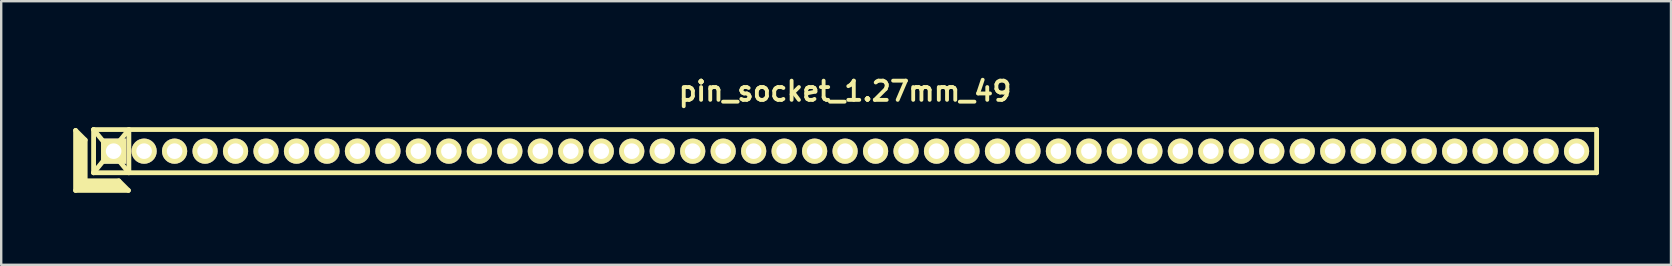
<source format=kicad_pcb>
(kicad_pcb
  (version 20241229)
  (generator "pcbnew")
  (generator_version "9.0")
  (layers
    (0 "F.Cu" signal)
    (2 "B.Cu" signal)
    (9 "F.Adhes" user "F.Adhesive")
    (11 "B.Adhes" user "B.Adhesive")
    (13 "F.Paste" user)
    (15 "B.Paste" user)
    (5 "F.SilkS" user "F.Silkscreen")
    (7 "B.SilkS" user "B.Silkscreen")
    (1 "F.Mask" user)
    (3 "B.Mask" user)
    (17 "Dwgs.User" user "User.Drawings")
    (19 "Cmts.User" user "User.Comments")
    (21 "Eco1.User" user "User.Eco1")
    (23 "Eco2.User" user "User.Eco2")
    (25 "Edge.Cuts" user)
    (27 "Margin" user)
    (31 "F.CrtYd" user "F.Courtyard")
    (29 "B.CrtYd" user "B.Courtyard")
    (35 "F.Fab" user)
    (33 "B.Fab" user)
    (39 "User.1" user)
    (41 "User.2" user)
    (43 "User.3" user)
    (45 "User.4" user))
  (footprint "pin_socket_1.27mm_49"
    (layer "F.Cu")
    (at 32.165 3.249)
    (property "Reference" "pin_socket_1.27mm_49" (at 0 -2.5 0) (layer "F.SilkS") (effects (font (size 0.8 0.8) (thickness 0.16))))
    (attr through_hole)
    (fp_line (start -32.065 -0.864) (end -32.065 1.636) (stroke (width 0.2) (type solid)) (layer "F.SilkS"))
    (fp_line (start -32.065 -0.864) (end -31.665 -0.464) (stroke (width 0.2) (type solid)) (layer "F.SilkS"))
    (fp_line (start -32.065 1.636) (end -29.865 1.636) (stroke (width 0.2) (type solid)) (layer "F.SilkS"))
    (fp_line (start -31.965 1.536) (end -31.965 -0.664) (stroke (width 0.2) (type solid)) (layer "F.SilkS"))
    (fp_line (start -31.965 1.536) (end -30.065 1.536) (stroke (width 0.2) (type solid)) (layer "F.SilkS"))
    (fp_line (start -31.865 1.436) (end -31.865 -0.564) (stroke (width 0.2) (type solid)) (layer "F.SilkS"))
    (fp_line (start -31.865 1.436) (end -30.165 1.436) (stroke (width 0.2) (type solid)) (layer "F.SilkS"))
    (fp_line (start -31.765 1.336) (end -31.765 -0.464) (stroke (width 0.2) (type solid)) (layer "F.SilkS"))
    (fp_line (start -31.765 1.336) (end -30.265 1.336) (stroke (width 0.2) (type solid)) (layer "F.SilkS"))
    (fp_line (start -31.665 1.236) (end -31.665 -0.464) (stroke (width 0.2) (type solid)) (layer "F.SilkS"))
    (fp_line (start -31.665 1.236) (end -30.265 1.236) (stroke (width 0.2) (type solid)) (layer "F.SilkS"))
    (fp_line (start -31.315 -0.9) (end -29.845 0.9) (stroke (width 0.2) (type solid)) (layer "F.SilkS"))
    (fp_line (start -31.315 -0.9) (end 31.315 -0.9) (stroke (width 0.2) (type solid)) (layer "F.SilkS"))
    (fp_line (start -31.315 0.9) (end -31.315 -0.9) (stroke (width 0.2) (type solid)) (layer "F.SilkS"))
    (fp_line (start -31.315 0.9) (end -29.845 -0.9) (stroke (width 0.2) (type solid)) (layer "F.SilkS"))
    (fp_line (start -30.265 1.236) (end -29.865 1.636) (stroke (width 0.2) (type solid)) (layer "F.SilkS"))
    (fp_line (start -29.845 -0.9) (end -29.845 0.9) (stroke (width 0.2) (type solid)) (layer "F.SilkS"))
    (fp_line (start 31.315 -0.9) (end 31.315 0.9) (stroke (width 0.2) (type solid)) (layer "F.SilkS"))
    (fp_line (start 31.315 0.9) (end -31.315 0.9) (stroke (width 0.2) (type solid)) (layer "F.SilkS"))
    (pad "1" thru_hole rect (at -30.48 0) (size 1.05 1.05) (drill 0.65) (layers "*.Cu" "*.Mask" "F.SilkS"))
    (pad "2" thru_hole oval (at -29.21 0) (size 1.05 1.05) (drill 0.65) (layers "*.Cu" "*.Mask" "F.SilkS"))
    (pad "3" thru_hole oval (at -27.94 0) (size 1.05 1.05) (drill 0.65) (layers "*.Cu" "*.Mask" "F.SilkS"))
    (pad "4" thru_hole oval (at -26.67 0) (size 1.05 1.05) (drill 0.65) (layers "*.Cu" "*.Mask" "F.SilkS"))
    (pad "5" thru_hole oval (at -25.4 0) (size 1.05 1.05) (drill 0.65) (layers "*.Cu" "*.Mask" "F.SilkS"))
    (pad "6" thru_hole oval (at -24.13 0) (size 1.05 1.05) (drill 0.65) (layers "*.Cu" "*.Mask" "F.SilkS"))
    (pad "7" thru_hole oval (at -22.86 0) (size 1.05 1.05) (drill 0.65) (layers "*.Cu" "*.Mask" "F.SilkS"))
    (pad "8" thru_hole oval (at -21.59 0) (size 1.05 1.05) (drill 0.65) (layers "*.Cu" "*.Mask" "F.SilkS"))
    (pad "9" thru_hole oval (at -20.32 0) (size 1.05 1.05) (drill 0.65) (layers "*.Cu" "*.Mask" "F.SilkS"))
    (pad "10" thru_hole oval (at -19.05 0) (size 1.05 1.05) (drill 0.65) (layers "*.Cu" "*.Mask" "F.SilkS"))
    (pad "11" thru_hole oval (at -17.78 0) (size 1.05 1.05) (drill 0.65) (layers "*.Cu" "*.Mask" "F.SilkS"))
    (pad "12" thru_hole oval (at -16.51 0) (size 1.05 1.05) (drill 0.65) (layers "*.Cu" "*.Mask" "F.SilkS"))
    (pad "13" thru_hole oval (at -15.24 0) (size 1.05 1.05) (drill 0.65) (layers "*.Cu" "*.Mask" "F.SilkS"))
    (pad "14" thru_hole oval (at -13.97 0) (size 1.05 1.05) (drill 0.65) (layers "*.Cu" "*.Mask" "F.SilkS"))
    (pad "15" thru_hole oval (at -12.7 0) (size 1.05 1.05) (drill 0.65) (layers "*.Cu" "*.Mask" "F.SilkS"))
    (pad "16" thru_hole oval (at -11.43 0) (size 1.05 1.05) (drill 0.65) (layers "*.Cu" "*.Mask" "F.SilkS"))
    (pad "17" thru_hole oval (at -10.16 0) (size 1.05 1.05) (drill 0.65) (layers "*.Cu" "*.Mask" "F.SilkS"))
    (pad "18" thru_hole oval (at -8.89 0) (size 1.05 1.05) (drill 0.65) (layers "*.Cu" "*.Mask" "F.SilkS"))
    (pad "19" thru_hole oval (at -7.62 0) (size 1.05 1.05) (drill 0.65) (layers "*.Cu" "*.Mask" "F.SilkS"))
    (pad "20" thru_hole oval (at -6.35 0) (size 1.05 1.05) (drill 0.65) (layers "*.Cu" "*.Mask" "F.SilkS"))
    (pad "21" thru_hole oval (at -5.08 0) (size 1.05 1.05) (drill 0.65) (layers "*.Cu" "*.Mask" "F.SilkS"))
    (pad "22" thru_hole oval (at -3.81 0) (size 1.05 1.05) (drill 0.65) (layers "*.Cu" "*.Mask" "F.SilkS"))
    (pad "23" thru_hole oval (at -2.54 0) (size 1.05 1.05) (drill 0.65) (layers "*.Cu" "*.Mask" "F.SilkS"))
    (pad "24" thru_hole oval (at -1.27 0) (size 1.05 1.05) (drill 0.65) (layers "*.Cu" "*.Mask" "F.SilkS"))
    (pad "25" thru_hole oval (at 0 0) (size 1.05 1.05) (drill 0.65) (layers "*.Cu" "*.Mask" "F.SilkS"))
    (pad "26" thru_hole oval (at 1.27 0) (size 1.05 1.05) (drill 0.65) (layers "*.Cu" "*.Mask" "F.SilkS"))
    (pad "27" thru_hole oval (at 2.54 0) (size 1.05 1.05) (drill 0.65) (layers "*.Cu" "*.Mask" "F.SilkS"))
    (pad "28" thru_hole oval (at 3.81 0) (size 1.05 1.05) (drill 0.65) (layers "*.Cu" "*.Mask" "F.SilkS"))
    (pad "29" thru_hole oval (at 5.08 0) (size 1.05 1.05) (drill 0.65) (layers "*.Cu" "*.Mask" "F.SilkS"))
    (pad "30" thru_hole oval (at 6.35 0) (size 1.05 1.05) (drill 0.65) (layers "*.Cu" "*.Mask" "F.SilkS"))
    (pad "31" thru_hole oval (at 7.62 0) (size 1.05 1.05) (drill 0.65) (layers "*.Cu" "*.Mask" "F.SilkS"))
    (pad "32" thru_hole oval (at 8.89 0) (size 1.05 1.05) (drill 0.65) (layers "*.Cu" "*.Mask" "F.SilkS"))
    (pad "33" thru_hole oval (at 10.16 0) (size 1.05 1.05) (drill 0.65) (layers "*.Cu" "*.Mask" "F.SilkS"))
    (pad "34" thru_hole oval (at 11.43 0) (size 1.05 1.05) (drill 0.65) (layers "*.Cu" "*.Mask" "F.SilkS"))
    (pad "35" thru_hole oval (at 12.7 0) (size 1.05 1.05) (drill 0.65) (layers "*.Cu" "*.Mask" "F.SilkS"))
    (pad "36" thru_hole oval (at 13.97 0) (size 1.05 1.05) (drill 0.65) (layers "*.Cu" "*.Mask" "F.SilkS"))
    (pad "37" thru_hole oval (at 15.24 0) (size 1.05 1.05) (drill 0.65) (layers "*.Cu" "*.Mask" "F.SilkS"))
    (pad "38" thru_hole oval (at 16.51 0) (size 1.05 1.05) (drill 0.65) (layers "*.Cu" "*.Mask" "F.SilkS"))
    (pad "39" thru_hole oval (at 17.78 0) (size 1.05 1.05) (drill 0.65) (layers "*.Cu" "*.Mask" "F.SilkS"))
    (pad "40" thru_hole oval (at 19.05 0) (size 1.05 1.05) (drill 0.65) (layers "*.Cu" "*.Mask" "F.SilkS"))
    (pad "41" thru_hole oval (at 20.32 0) (size 1.05 1.05) (drill 0.65) (layers "*.Cu" "*.Mask" "F.SilkS"))
    (pad "42" thru_hole oval (at 21.59 0) (size 1.05 1.05) (drill 0.65) (layers "*.Cu" "*.Mask" "F.SilkS"))
    (pad "43" thru_hole oval (at 22.86 0) (size 1.05 1.05) (drill 0.65) (layers "*.Cu" "*.Mask" "F.SilkS"))
    (pad "44" thru_hole oval (at 24.13 0) (size 1.05 1.05) (drill 0.65) (layers "*.Cu" "*.Mask" "F.SilkS"))
    (pad "45" thru_hole oval (at 25.4 0) (size 1.05 1.05) (drill 0.65) (layers "*.Cu" "*.Mask" "F.SilkS"))
    (pad "46" thru_hole oval (at 26.67 0) (size 1.05 1.05) (drill 0.65) (layers "*.Cu" "*.Mask" "F.SilkS"))
    (pad "47" thru_hole oval (at 27.94 0) (size 1.05 1.05) (drill 0.65) (layers "*.Cu" "*.Mask" "F.SilkS"))
    (pad "48" thru_hole oval (at 29.21 0) (size 1.05 1.05) (drill 0.65) (layers "*.Cu" "*.Mask" "F.SilkS"))
    (pad "49" thru_hole oval (at 30.48 0) (size 1.05 1.05) (drill 0.65) (layers "*.Cu" "*.Mask" "F.SilkS")))
  (gr_rect
    (start -3 -3)
    (end 66.58 7.985)
    (stroke (width 0.1) (type default))
    (fill no)
    (layer "Edge.Cuts")))
</source>
